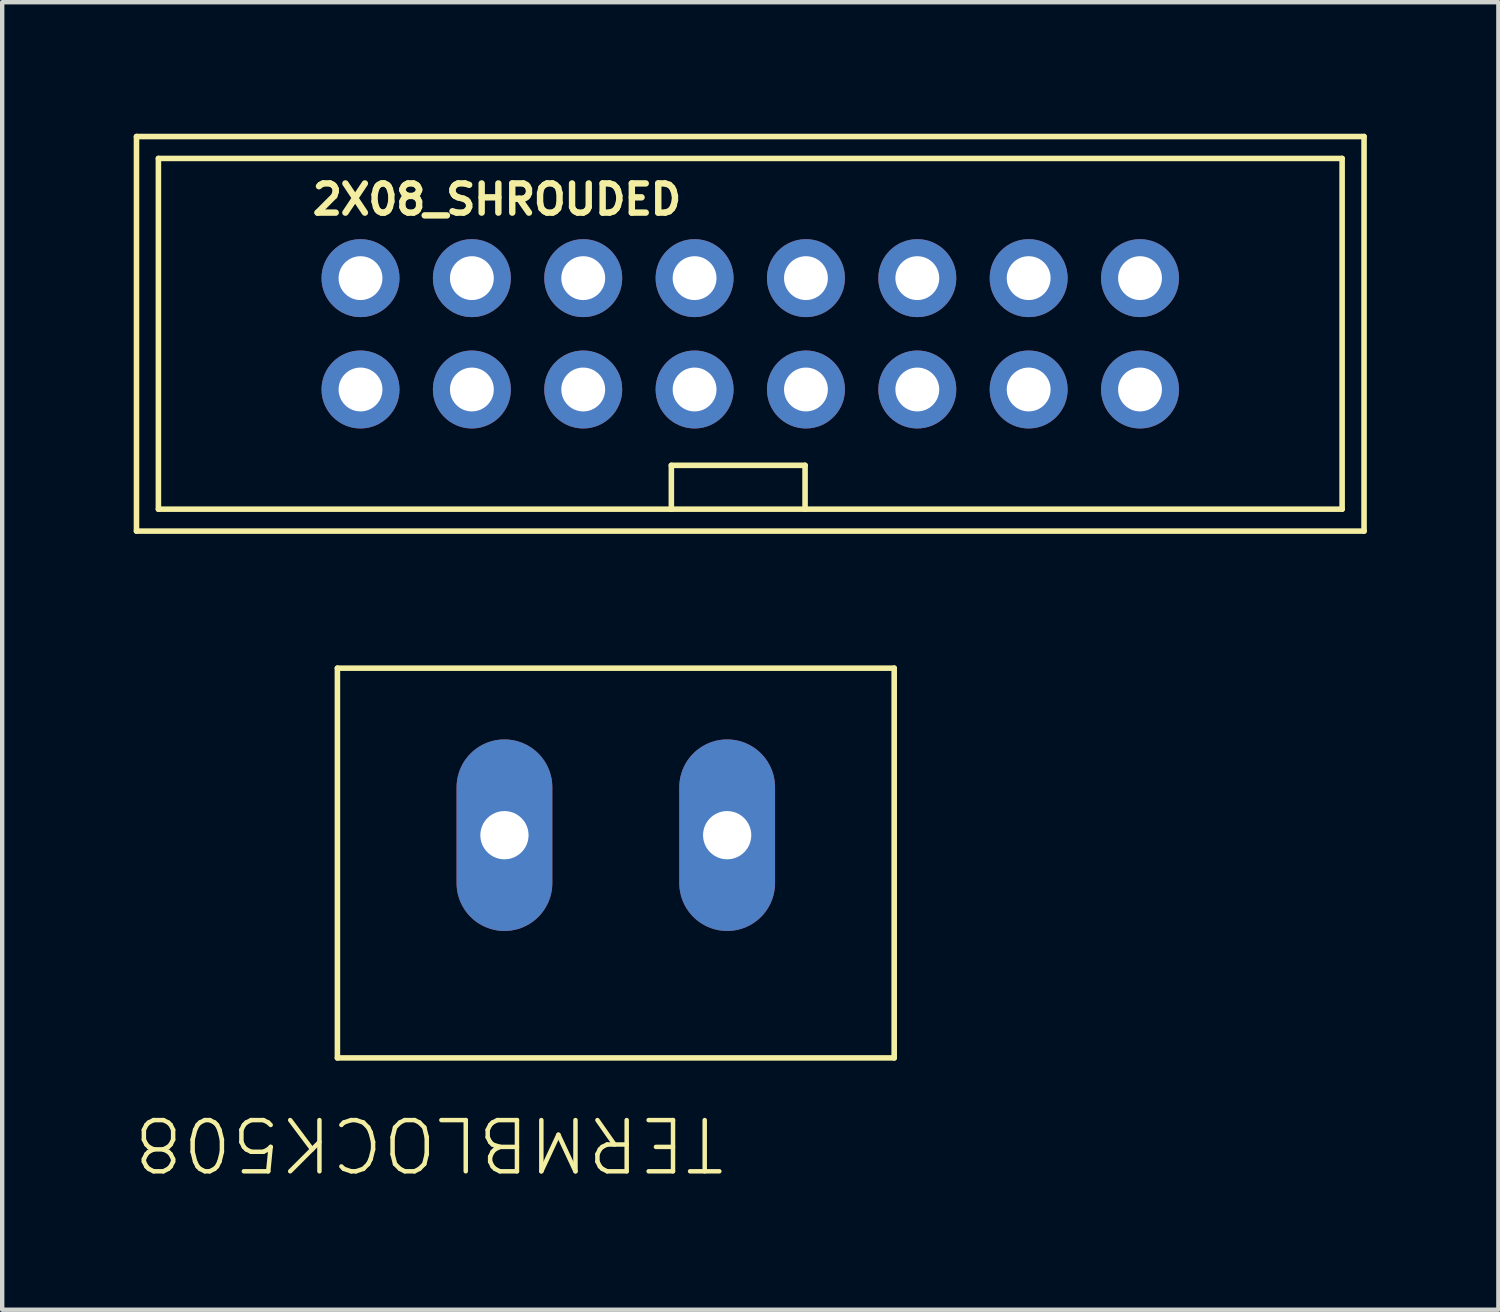
<source format=kicad_pcb>
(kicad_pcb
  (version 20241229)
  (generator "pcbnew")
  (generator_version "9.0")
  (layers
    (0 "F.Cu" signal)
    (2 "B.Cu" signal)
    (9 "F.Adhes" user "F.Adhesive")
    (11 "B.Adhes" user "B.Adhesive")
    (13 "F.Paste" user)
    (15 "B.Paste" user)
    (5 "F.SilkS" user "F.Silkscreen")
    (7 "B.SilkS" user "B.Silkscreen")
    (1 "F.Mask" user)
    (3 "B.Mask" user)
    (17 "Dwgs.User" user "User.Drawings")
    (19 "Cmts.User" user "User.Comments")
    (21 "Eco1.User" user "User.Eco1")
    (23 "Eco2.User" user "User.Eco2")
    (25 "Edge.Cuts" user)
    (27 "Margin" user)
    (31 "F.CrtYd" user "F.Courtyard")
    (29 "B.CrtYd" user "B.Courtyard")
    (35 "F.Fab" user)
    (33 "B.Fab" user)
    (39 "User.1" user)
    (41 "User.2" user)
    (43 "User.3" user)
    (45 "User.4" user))
  (footprint "2X08_SHROUDED"
    (layer "F.Cu")
    (at 14.063 4.564)
    (property "Reference" "2X08_SHROUDED" (at -10.06 -2.675 0) (unlocked yes) (layer "F.SilkS") (effects (font (size 0.666 0.666) (thickness 0.146)) (justify left bottom)))
    (fp_line (start -14 -4.5) (end -14 4.5) (stroke (width 0.127) (type solid)) (layer "F.SilkS"))
    (fp_line (start -14 4.5) (end 14 4.5) (stroke (width 0.127) (type solid)) (layer "F.SilkS"))
    (fp_line (start -13.5 -4) (end -13.5 4) (stroke (width 0.127) (type solid)) (layer "F.SilkS"))
    (fp_line (start -13.5 4) (end -1.8 4) (stroke (width 0.127) (type solid)) (layer "F.SilkS"))
    (fp_line (start -1.8 3) (end 1.25 3) (stroke (width 0.127) (type solid)) (layer "F.SilkS"))
    (fp_line (start -1.8 4) (end -1.8 3) (stroke (width 0.127) (type solid)) (layer "F.SilkS"))
    (fp_line (start -1.8 4) (end 1.25 4) (stroke (width 0.127) (type solid)) (layer "F.SilkS"))
    (fp_line (start 1.25 3) (end 1.25 4) (stroke (width 0.127) (type solid)) (layer "F.SilkS"))
    (fp_line (start 1.25 4) (end 13.5 4) (stroke (width 0.127) (type solid)) (layer "F.SilkS"))
    (fp_line (start 13.5 -4) (end -13.5 -4) (stroke (width 0.127) (type solid)) (layer "F.SilkS"))
    (fp_line (start 13.5 4) (end 13.5 -4) (stroke (width 0.127) (type solid)) (layer "F.SilkS"))
    (fp_line (start 14 -4.5) (end -14 -4.5) (stroke (width 0.127) (type solid)) (layer "F.SilkS"))
    (fp_line (start 14 4.5) (end 14 -4.5) (stroke (width 0.127) (type solid)) (layer "F.SilkS"))
    (fp_poly (pts (xy -9.144 -1.016) (xy -8.636 -1.016) (xy -8.636 -1.524) (xy -9.144 -1.524)) (stroke (width 0.1) (type default)) (fill no) (layer "F.Fab"))
    (fp_poly (pts (xy -9.144 1.524) (xy -8.636 1.524) (xy -8.636 1.016) (xy -9.144 1.016)) (stroke (width 0.1) (type default)) (fill no) (layer "F.Fab"))
    (fp_poly (pts (xy -6.604 -1.016) (xy -6.096 -1.016) (xy -6.096 -1.524) (xy -6.604 -1.524)) (stroke (width 0.1) (type default)) (fill no) (layer "F.Fab"))
    (fp_poly (pts (xy -6.604 1.524) (xy -6.096 1.524) (xy -6.096 1.016) (xy -6.604 1.016)) (stroke (width 0.1) (type default)) (fill no) (layer "F.Fab"))
    (fp_poly (pts (xy -4.064 -1.016) (xy -3.556 -1.016) (xy -3.556 -1.524) (xy -4.064 -1.524)) (stroke (width 0.1) (type default)) (fill no) (layer "F.Fab"))
    (fp_poly (pts (xy -4.064 1.524) (xy -3.556 1.524) (xy -3.556 1.016) (xy -4.064 1.016)) (stroke (width 0.1) (type default)) (fill no) (layer "F.Fab"))
    (fp_poly (pts (xy -1.524 -1.016) (xy -1.016 -1.016) (xy -1.016 -1.524) (xy -1.524 -1.524)) (stroke (width 0.1) (type default)) (fill no) (layer "F.Fab"))
    (fp_poly (pts (xy -1.524 1.524) (xy -1.016 1.524) (xy -1.016 1.016) (xy -1.524 1.016)) (stroke (width 0.1) (type default)) (fill no) (layer "F.Fab"))
    (fp_poly (pts (xy 1.016 -1.016) (xy 1.524 -1.016) (xy 1.524 -1.524) (xy 1.016 -1.524)) (stroke (width 0.1) (type default)) (fill no) (layer "F.Fab"))
    (fp_poly (pts (xy 1.016 1.524) (xy 1.524 1.524) (xy 1.524 1.016) (xy 1.016 1.016)) (stroke (width 0.1) (type default)) (fill no) (layer "F.Fab"))
    (fp_poly (pts (xy 3.556 -1.016) (xy 4.064 -1.016) (xy 4.064 -1.524) (xy 3.556 -1.524)) (stroke (width 0.1) (type default)) (fill no) (layer "F.Fab"))
    (fp_poly (pts (xy 3.556 1.524) (xy 4.064 1.524) (xy 4.064 1.016) (xy 3.556 1.016)) (stroke (width 0.1) (type default)) (fill no) (layer "F.Fab"))
    (fp_poly (pts (xy 6.096 -1.016) (xy 6.604 -1.016) (xy 6.604 -1.524) (xy 6.096 -1.524)) (stroke (width 0.1) (type default)) (fill no) (layer "F.Fab"))
    (fp_poly (pts (xy 6.096 1.524) (xy 6.604 1.524) (xy 6.604 1.016) (xy 6.096 1.016)) (stroke (width 0.1) (type default)) (fill no) (layer "F.Fab"))
    (fp_poly (pts (xy 8.636 -1.016) (xy 9.144 -1.016) (xy 9.144 -1.524) (xy 8.636 -1.524)) (stroke (width 0.1) (type default)) (fill no) (layer "F.Fab"))
    (fp_poly (pts (xy 8.636 1.524) (xy 9.144 1.524) (xy 9.144 1.016) (xy 8.636 1.016)) (stroke (width 0.1) (type default)) (fill no) (layer "F.Fab"))
    (pad "1" thru_hole circle (at -8.89 1.27) (size 1.778 1.778) (drill 1) (layers "*.Cu" "*.Mask"))
    (pad "2" thru_hole circle (at -8.89 -1.27) (size 1.778 1.778) (drill 1) (layers "*.Cu" "*.Mask"))
    (pad "3" thru_hole circle (at -6.35 1.27) (size 1.778 1.778) (drill 1) (layers "*.Cu" "*.Mask"))
    (pad "4" thru_hole circle (at -6.35 -1.27) (size 1.778 1.778) (drill 1) (layers "*.Cu" "*.Mask"))
    (pad "5" thru_hole circle (at -3.81 1.27) (size 1.778 1.778) (drill 1) (layers "*.Cu" "*.Mask"))
    (pad "6" thru_hole circle (at -3.81 -1.27) (size 1.778 1.778) (drill 1) (layers "*.Cu" "*.Mask"))
    (pad "7" thru_hole circle (at -1.27 1.27) (size 1.778 1.778) (drill 1) (layers "*.Cu" "*.Mask"))
    (pad "8" thru_hole circle (at -1.27 -1.27) (size 1.778 1.778) (drill 1) (layers "*.Cu" "*.Mask"))
    (pad "9" thru_hole circle (at 1.27 1.27) (size 1.778 1.778) (drill 1) (layers "*.Cu" "*.Mask"))
    (pad "10" thru_hole circle (at 1.27 -1.27) (size 1.778 1.778) (drill 1) (layers "*.Cu" "*.Mask"))
    (pad "11" thru_hole circle (at 3.81 1.27) (size 1.778 1.778) (drill 1) (layers "*.Cu" "*.Mask"))
    (pad "12" thru_hole circle (at 3.81 -1.27) (size 1.778 1.778) (drill 1) (layers "*.Cu" "*.Mask"))
    (pad "13" thru_hole circle (at 6.35 1.27) (size 1.778 1.778) (drill 1) (layers "*.Cu" "*.Mask"))
    (pad "14" thru_hole circle (at 6.35 -1.27) (size 1.778 1.778) (drill 1) (layers "*.Cu" "*.Mask"))
    (pad "15" thru_hole circle (at 8.89 1.27) (size 1.778 1.778) (drill 1) (layers "*.Cu" "*.Mask"))
    (pad "16" thru_hole circle (at 8.89 -1.27) (size 1.778 1.778) (drill 1) (layers "*.Cu" "*.Mask")))
  (footprint "TERMBLOCK508"
    (layer "F.Cu")
    (at 10.996 16)
    (property "Reference" "TERMBLOCK508" (at 2.54 6.35 180) (unlocked yes) (layer "F.SilkS") (effects (font (size 1.168 1.168) (thickness 0.102)) (justify left bottom)))
    (fp_line (start -6.35 -3.81) (end 6.35 -3.81) (stroke (width 0.127) (type solid)) (layer "F.SilkS"))
    (fp_line (start -6.35 5.08) (end -6.35 -3.81) (stroke (width 0.127) (type solid)) (layer "F.SilkS"))
    (fp_line (start 6.35 -3.81) (end 6.35 5.08) (stroke (width 0.127) (type solid)) (layer "F.SilkS"))
    (fp_line (start 6.35 5.08) (end -6.35 5.08) (stroke (width 0.127) (type solid)) (layer "F.SilkS"))
    (pad "P$3" thru_hole oval (at -2.54 0 90) (size 4.369 2.184) (drill 1.1) (layers "*.Cu" "*.Mask"))
    (pad "P$4" thru_hole oval (at 2.54 0 90) (size 4.369 2.184) (drill 1.1) (layers "*.Cu" "*.Mask")))
  (gr_rect
    (start -3 -3)
    (end 31.127 26.824)
    (stroke (width 0.1) (type default))
    (fill no)
    (layer "Edge.Cuts")))
</source>
